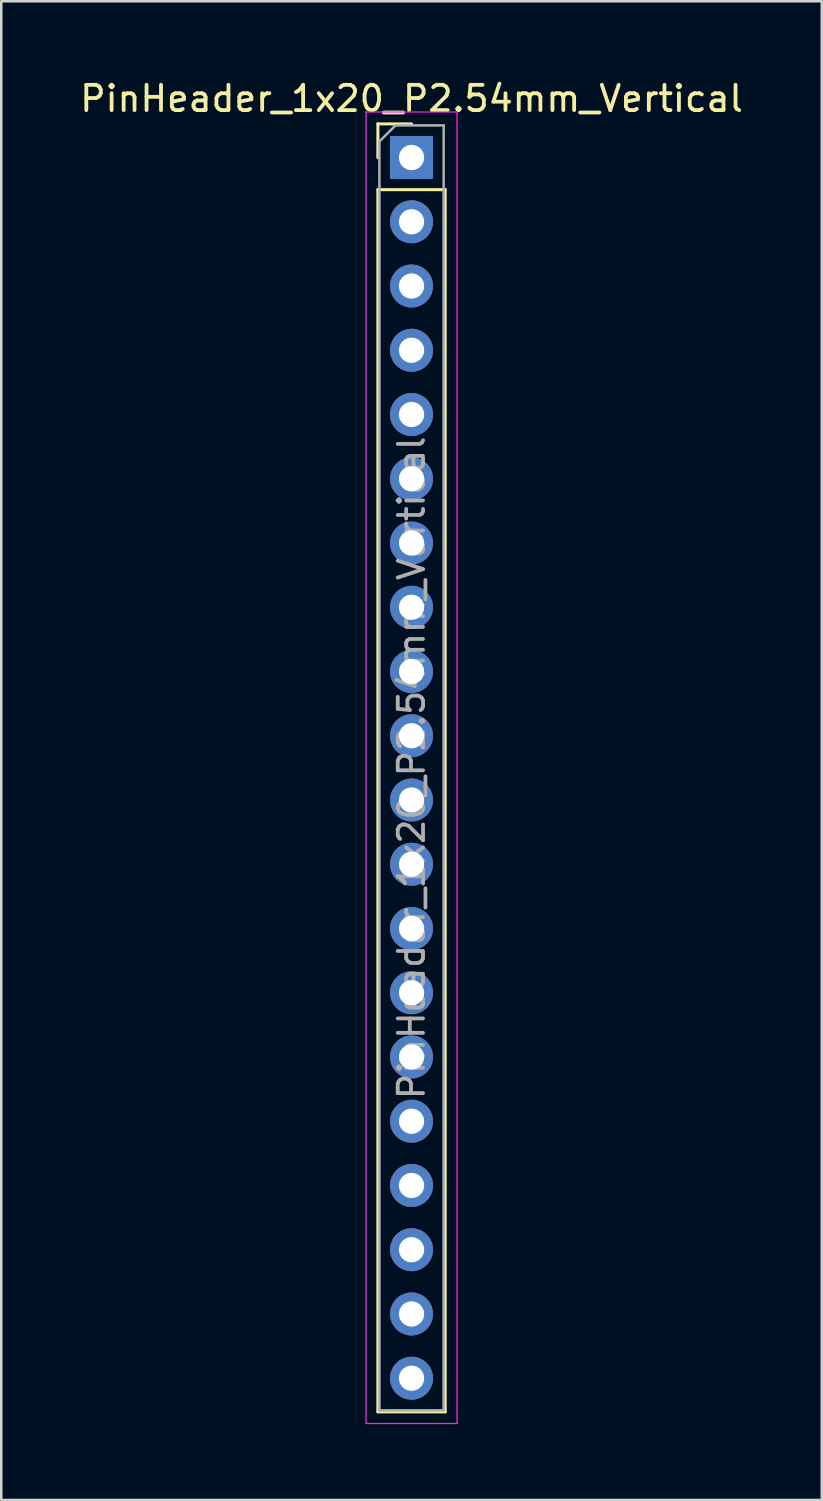
<source format=kicad_pcb>
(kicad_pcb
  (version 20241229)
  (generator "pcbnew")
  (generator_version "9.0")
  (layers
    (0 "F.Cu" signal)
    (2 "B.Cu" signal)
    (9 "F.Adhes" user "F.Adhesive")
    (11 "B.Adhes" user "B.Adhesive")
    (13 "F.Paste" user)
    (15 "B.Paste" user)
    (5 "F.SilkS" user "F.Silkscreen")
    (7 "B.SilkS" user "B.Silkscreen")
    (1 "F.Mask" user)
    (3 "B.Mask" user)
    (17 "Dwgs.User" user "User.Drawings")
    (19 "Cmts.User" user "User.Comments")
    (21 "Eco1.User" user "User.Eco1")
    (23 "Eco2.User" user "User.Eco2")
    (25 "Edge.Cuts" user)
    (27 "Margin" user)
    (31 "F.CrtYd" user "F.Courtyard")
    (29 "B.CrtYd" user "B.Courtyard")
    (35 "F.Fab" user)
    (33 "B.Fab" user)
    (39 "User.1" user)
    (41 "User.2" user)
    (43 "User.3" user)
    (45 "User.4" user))
  (footprint "PinHeader_1x20_P2.54mm_Vertical"
    (layer "F.Cu")
    (at 13.22 3.178)
    (property "Reference" "PinHeader_1x20_P2.54mm_Vertical" (at 0 -2.33 0) (layer "F.SilkS") (effects (font (size 1 1) (thickness 0.15))))
    (attr through_hole)
    (fp_line (start -1.33 -1.33) (end 0 -1.33) (stroke (width 0.12) (type solid)) (layer "F.SilkS"))
    (fp_line (start -1.33 0) (end -1.33 -1.33) (stroke (width 0.12) (type solid)) (layer "F.SilkS"))
    (fp_line (start -1.33 1.27) (end -1.33 49.59) (stroke (width 0.12) (type solid)) (layer "F.SilkS"))
    (fp_line (start -1.33 1.27) (end 1.33 1.27) (stroke (width 0.12) (type solid)) (layer "F.SilkS"))
    (fp_line (start -1.33 49.59) (end 1.33 49.59) (stroke (width 0.12) (type solid)) (layer "F.SilkS"))
    (fp_line (start 1.33 1.27) (end 1.33 49.59) (stroke (width 0.12) (type solid)) (layer "F.SilkS"))
    (fp_line (start -1.8 -1.8) (end -1.8 50.05) (stroke (width 0.05) (type solid)) (layer "F.CrtYd"))
    (fp_line (start -1.8 50.05) (end 1.8 50.05) (stroke (width 0.05) (type solid)) (layer "F.CrtYd"))
    (fp_line (start 1.8 -1.8) (end -1.8 -1.8) (stroke (width 0.05) (type solid)) (layer "F.CrtYd"))
    (fp_line (start 1.8 50.05) (end 1.8 -1.8) (stroke (width 0.05) (type solid)) (layer "F.CrtYd"))
    (fp_line (start -1.27 -0.635) (end -0.635 -1.27) (stroke (width 0.1) (type solid)) (layer "F.Fab"))
    (fp_line (start -1.27 49.53) (end -1.27 -0.635) (stroke (width 0.1) (type solid)) (layer "F.Fab"))
    (fp_line (start -0.635 -1.27) (end 1.27 -1.27) (stroke (width 0.1) (type solid)) (layer "F.Fab"))
    (fp_line (start 1.27 -1.27) (end 1.27 49.53) (stroke (width 0.1) (type solid)) (layer "F.Fab"))
    (fp_line (start 1.27 49.53) (end -1.27 49.53) (stroke (width 0.1) (type solid)) (layer "F.Fab"))
    (fp_text user "${REFERENCE}" (at 0 24.13 90) (layer "F.Fab") (effects (font (size 1 1) (thickness 0.15))))
    (pad "1" thru_hole rect (at 0 0) (size 1.7 1.7) (drill 1) (layers "*.Cu" "*.Mask"))
    (pad "2" thru_hole oval (at 0 2.54) (size 1.7 1.7) (drill 1) (layers "*.Cu" "*.Mask"))
    (pad "3" thru_hole oval (at 0 5.08) (size 1.7 1.7) (drill 1) (layers "*.Cu" "*.Mask"))
    (pad "4" thru_hole oval (at 0 7.62) (size 1.7 1.7) (drill 1) (layers "*.Cu" "*.Mask"))
    (pad "5" thru_hole oval (at 0 10.16) (size 1.7 1.7) (drill 1) (layers "*.Cu" "*.Mask"))
    (pad "6" thru_hole oval (at 0 12.7) (size 1.7 1.7) (drill 1) (layers "*.Cu" "*.Mask"))
    (pad "7" thru_hole oval (at 0 15.24) (size 1.7 1.7) (drill 1) (layers "*.Cu" "*.Mask"))
    (pad "8" thru_hole oval (at 0 17.78) (size 1.7 1.7) (drill 1) (layers "*.Cu" "*.Mask"))
    (pad "9" thru_hole oval (at 0 20.32) (size 1.7 1.7) (drill 1) (layers "*.Cu" "*.Mask"))
    (pad "10" thru_hole oval (at 0 22.86) (size 1.7 1.7) (drill 1) (layers "*.Cu" "*.Mask"))
    (pad "11" thru_hole oval (at 0 25.4) (size 1.7 1.7) (drill 1) (layers "*.Cu" "*.Mask"))
    (pad "12" thru_hole oval (at 0 27.94) (size 1.7 1.7) (drill 1) (layers "*.Cu" "*.Mask"))
    (pad "13" thru_hole oval (at 0 30.48) (size 1.7 1.7) (drill 1) (layers "*.Cu" "*.Mask"))
    (pad "14" thru_hole oval (at 0 33.02) (size 1.7 1.7) (drill 1) (layers "*.Cu" "*.Mask"))
    (pad "15" thru_hole oval (at 0 35.56) (size 1.7 1.7) (drill 1) (layers "*.Cu" "*.Mask"))
    (pad "16" thru_hole oval (at 0 38.1) (size 1.7 1.7) (drill 1) (layers "*.Cu" "*.Mask"))
    (pad "17" thru_hole oval (at 0 40.64) (size 1.7 1.7) (drill 1) (layers "*.Cu" "*.Mask"))
    (pad "18" thru_hole oval (at 0 43.18) (size 1.7 1.7) (drill 1) (layers "*.Cu" "*.Mask"))
    (pad "19" thru_hole oval (at 0 45.72) (size 1.7 1.7) (drill 1) (layers "*.Cu" "*.Mask"))
    (pad "20" thru_hole oval (at 0 48.26) (size 1.7 1.7) (drill 1) (layers "*.Cu" "*.Mask")))
  (gr_rect
    (start -3 -3)
    (end 29.44 56.253)
    (stroke (width 0.1) (type default))
    (fill no)
    (layer "Edge.Cuts")))
</source>
